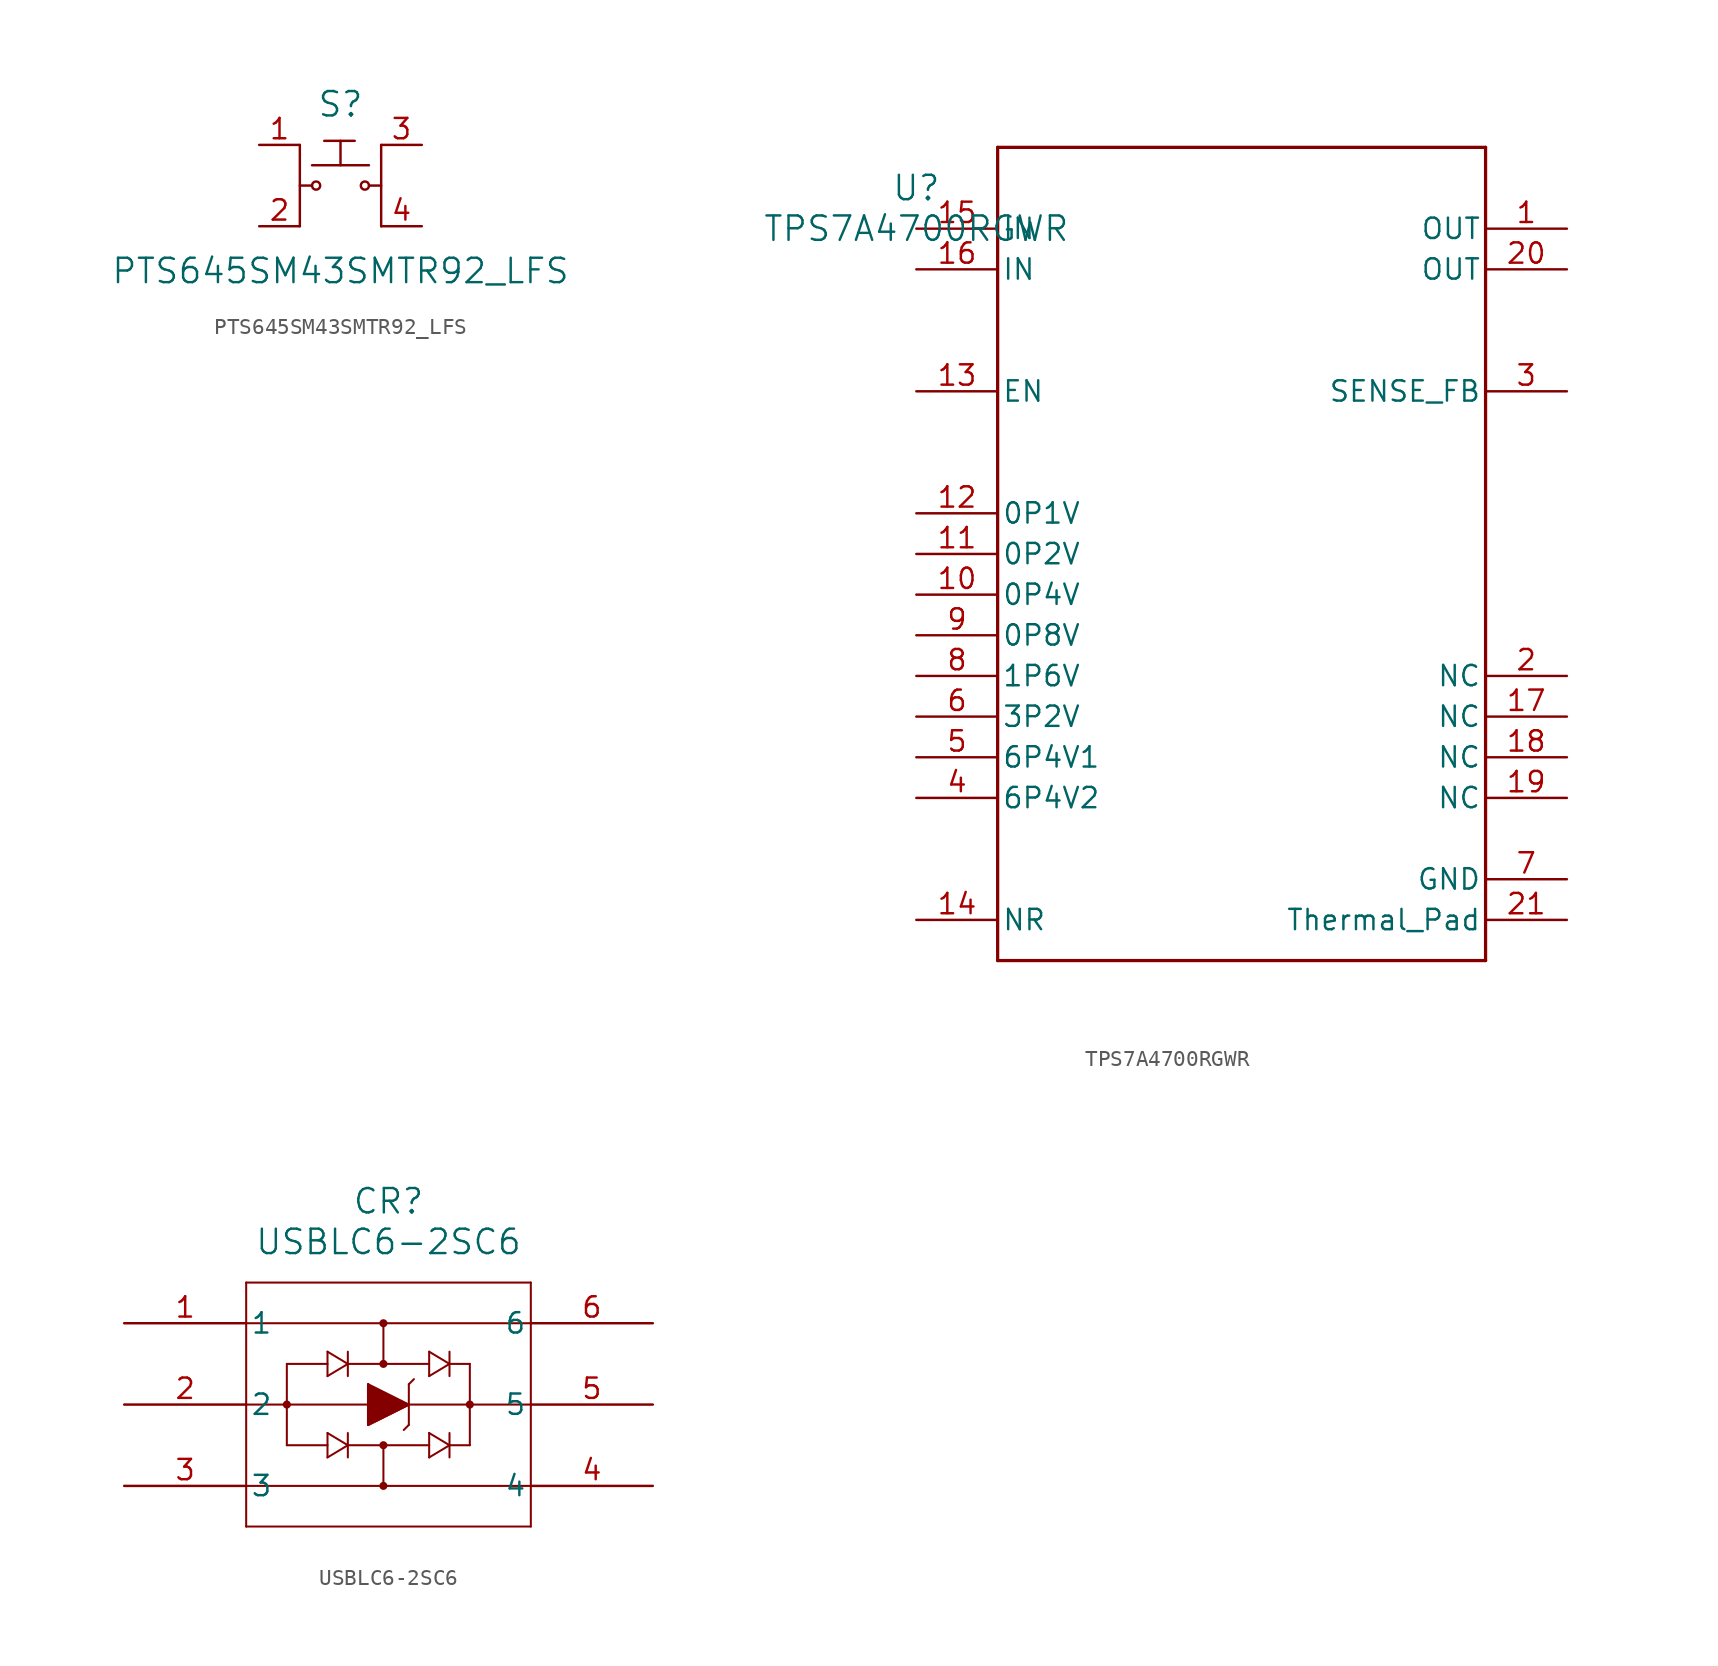
<source format=kicad_sym>
(kicad_symbol_lib
  (version 20231120)
  (generator "kicad_symbol_editor")
  (generator_version "8.0")
  (symbol "PTS645SM43SMTR92_LFS"
    (pin_names
      (offset 1.016))
    (property "Reference" "S"
      (at 0 5.08 0)
      (effects (font (size 1.524 1.524))))
    (property "Value" "PTS645SM43SMTR92_LFS"
      (at 0 -5.334 0)
      (effects (font (size 1.524 1.524))))
    (symbol "PTS645SM43SMTR92_LFS_0_1"
      (circle (center -1.524 0) (radius 0.254) (stroke (width 0) (type solid)) (fill (type none)))
      (polyline (pts (xy -2.54 2.54) (xy -2.54 -2.54)) (stroke (width 0) (type solid)) (fill (type none)))
      (polyline (pts (xy -1.778 0) (xy -2.54 0)) (stroke (width 0) (type solid)) (fill (type none)))
      (polyline (pts (xy -1.778 1.27) (xy 1.778 1.27)) (stroke (width 0) (type solid)) (fill (type none)))
      (polyline (pts (xy 2.54 -2.54) (xy 2.54 2.54)) (stroke (width 0) (type solid)) (fill (type none)))
      (polyline (pts (xy 2.54 0) (xy 1.778 0)) (stroke (width 0) (type solid)) (fill (type none)))
      (circle (center 1.524 0) (radius 0.254) (stroke (width 0) (type solid)) (fill (type none))))
    (symbol "PTS645SM43SMTR92_LFS_1_1"
      (polyline (pts (xy -1.016 2.794) (xy 0.889 2.794)) (stroke (width 0) (type solid)) (fill (type none)))
      (polyline (pts (xy 0 2.794) (xy 0 1.27)) (stroke (width 0) (type solid)) (fill (type none)))
      (pin passive line (at -5.08 2.54 0) (length 2.54) (name "~" (effects (font (size 1.27 1.27)))) (number "1" (effects (font (size 1.27 1.27)))))
      (pin passive line (at -5.08 -2.54 0) (length 2.54) (name "~" (effects (font (size 1.27 1.27)))) (number "2" (effects (font (size 1.27 1.27)))))
      (pin passive line (at 5.08 2.54 180) (length 2.54) (name "~" (effects (font (size 1.27 1.27)))) (number "3" (effects (font (size 1.27 1.27)))))
      (pin passive line (at 5.08 -2.54 180) (length 2.54) (name "~" (effects (font (size 1.27 1.27)))) (number "4" (effects (font (size 1.27 1.27)))))))
  (symbol "TPS7A4700RGWR"
    (pin_names
      (offset 0.254))
    (property "Reference" "U"
      (at 0 2.54 0)
      (effects (font (size 1.524 1.524))))
    (property "Value" "TPS7A4700RGWR"
      (at 0 0 0)
      (effects (font (size 1.524 1.524))))
    (property "ki_locked" ""
      (at 0 0 0)
      (effects (font (size 1.27 1.27))))
    (symbol "TPS7A4700RGWR_0_1"
      (polyline (pts (xy 5.08 -45.72) (xy 35.56 -45.72)) (stroke (width 0.203) (type default)) (fill (type none)))
      (polyline (pts (xy 5.08 5.08) (xy 5.08 -45.72)) (stroke (width 0.203) (type default)) (fill (type none)))
      (polyline (pts (xy 35.56 -45.72) (xy 35.56 5.08)) (stroke (width 0.203) (type default)) (fill (type none)))
      (polyline (pts (xy 35.56 5.08) (xy 5.08 5.08)) (stroke (width 0.203) (type default)) (fill (type none)))
      (pin power_in line (at 40.64 0 180) (length 5.08) (name "OUT" (effects (font (size 1.27 1.27)))) (number "1" (effects (font (size 1.27 1.27)))))
      (pin unspecified line (at 0 -22.86 0) (length 5.08) (name "0P4V" (effects (font (size 1.27 1.27)))) (number "10" (effects (font (size 1.27 1.27)))))
      (pin unspecified line (at 0 -20.32 0) (length 5.08) (name "0P2V" (effects (font (size 1.27 1.27)))) (number "11" (effects (font (size 1.27 1.27)))))
      (pin unspecified line (at 0 -17.78 0) (length 5.08) (name "0P1V" (effects (font (size 1.27 1.27)))) (number "12" (effects (font (size 1.27 1.27)))))
      (pin input line (at 0 -10.16 0) (length 5.08) (name "EN" (effects (font (size 1.27 1.27)))) (number "13" (effects (font (size 1.27 1.27)))))
      (pin unspecified line (at 0 -43.18 0) (length 5.08) (name "NR" (effects (font (size 1.27 1.27)))) (number "14" (effects (font (size 1.27 1.27)))))
      (pin power_in line (at 0 0 0) (length 5.08) (name "IN" (effects (font (size 1.27 1.27)))) (number "15" (effects (font (size 1.27 1.27)))))
      (pin power_in line (at 0 -2.54 0) (length 5.08) (name "IN" (effects (font (size 1.27 1.27)))) (number "16" (effects (font (size 1.27 1.27)))))
      (pin unspecified line (at 40.64 -30.48 180) (length 5.08) (name "NC" (effects (font (size 1.27 1.27)))) (number "17" (effects (font (size 1.27 1.27)))))
      (pin unspecified line (at 40.64 -33.02 180) (length 5.08) (name "NC" (effects (font (size 1.27 1.27)))) (number "18" (effects (font (size 1.27 1.27)))))
      (pin unspecified line (at 40.64 -35.56 180) (length 5.08) (name "NC" (effects (font (size 1.27 1.27)))) (number "19" (effects (font (size 1.27 1.27)))))
      (pin unspecified line (at 40.64 -27.94 180) (length 5.08) (name "NC" (effects (font (size 1.27 1.27)))) (number "2" (effects (font (size 1.27 1.27)))))
      (pin power_in line (at 40.64 -2.54 180) (length 5.08) (name "OUT" (effects (font (size 1.27 1.27)))) (number "20" (effects (font (size 1.27 1.27)))))
      (pin power_in line (at 40.64 -43.18 180) (length 5.08) (name "Thermal_Pad" (effects (font (size 1.27 1.27)))) (number "21" (effects (font (size 1.27 1.27)))))
      (pin unspecified line (at 40.64 -10.16 180) (length 5.08) (name "SENSE_FB" (effects (font (size 1.27 1.27)))) (number "3" (effects (font (size 1.27 1.27)))))
      (pin unspecified line (at 0 -35.56 0) (length 5.08) (name "6P4V2" (effects (font (size 1.27 1.27)))) (number "4" (effects (font (size 1.27 1.27)))))
      (pin unspecified line (at 0 -33.02 0) (length 5.08) (name "6P4V1" (effects (font (size 1.27 1.27)))) (number "5" (effects (font (size 1.27 1.27)))))
      (pin unspecified line (at 0 -30.48 0) (length 5.08) (name "3P2V" (effects (font (size 1.27 1.27)))) (number "6" (effects (font (size 1.27 1.27)))))
      (pin power_in line (at 40.64 -40.64 180) (length 5.08) (name "GND" (effects (font (size 1.27 1.27)))) (number "7" (effects (font (size 1.27 1.27)))))
      (pin unspecified line (at 0 -27.94 0) (length 5.08) (name "1P6V" (effects (font (size 1.27 1.27)))) (number "8" (effects (font (size 1.27 1.27)))))
      (pin unspecified line (at 0 -25.4 0) (length 5.08) (name "0P8V" (effects (font (size 1.27 1.27)))) (number "9" (effects (font (size 1.27 1.27)))))))
  (symbol "USBLC6-2SC6"
    (pin_names
      (offset 0.254))
    (property "Reference" "CR"
      (at 16.51 7.62 0)
      (effects (font (size 1.524 1.524))))
    (property "Value" "USBLC6-2SC6"
      (at 16.51 5.08 0)
      (effects (font (size 1.524 1.524))))
    (property "ki_locked" ""
      (at 0 0 0)
      (effects (font (size 1.27 1.27))))
    (symbol "USBLC6-2SC6_0_1"
      (polyline (pts (xy 7.62 -12.7) (xy 25.4 -12.7)) (stroke (width 0.127) (type default)) (fill (type none)))
      (polyline (pts (xy 7.62 -10.16) (xy 25.4 -10.16)) (stroke (width 0.127) (type default)) (fill (type none)))
      (polyline (pts (xy 7.62 -5.08) (xy 25.4 -5.08)) (stroke (width 0.127) (type default)) (fill (type none)))
      (polyline (pts (xy 7.62 0) (xy 25.4 0)) (stroke (width 0.127) (type default)) (fill (type none)))
      (polyline (pts (xy 7.62 2.54) (xy 7.62 -12.7)) (stroke (width 0.127) (type default)) (fill (type none)))
      (polyline (pts (xy 10.16 -7.62) (xy 12.7 -7.62)) (stroke (width 0.127) (type default)) (fill (type none)))
      (polyline (pts (xy 10.16 -2.54) (xy 10.16 -7.62)) (stroke (width 0.127) (type default)) (fill (type none)))
      (polyline (pts (xy 12.7 -8.382) (xy 13.97 -7.62)) (stroke (width 0.127) (type default)) (fill (type none)))
      (polyline (pts (xy 12.7 -6.858) (xy 12.7 -8.382)) (stroke (width 0.127) (type default)) (fill (type none)))
      (polyline (pts (xy 12.7 -3.302) (xy 13.97 -2.54)) (stroke (width 0.127) (type default)) (fill (type none)))
      (polyline (pts (xy 12.7 -2.54) (xy 10.16 -2.54)) (stroke (width 0.127) (type default)) (fill (type none)))
      (polyline (pts (xy 12.7 -1.778) (xy 12.7 -3.302)) (stroke (width 0.127) (type default)) (fill (type none)))
      (polyline (pts (xy 13.97 -7.62) (xy 12.7 -6.858)) (stroke (width 0.127) (type default)) (fill (type none)))
      (polyline (pts (xy 13.97 -7.62) (xy 19.05 -7.62)) (stroke (width 0.127) (type default)) (fill (type none)))
      (polyline (pts (xy 13.97 -6.858) (xy 13.97 -8.382)) (stroke (width 0.127) (type default)) (fill (type none)))
      (polyline (pts (xy 13.97 -2.54) (xy 12.7 -1.778)) (stroke (width 0.127) (type default)) (fill (type none)))
      (polyline (pts (xy 13.97 -2.54) (xy 19.05 -2.54)) (stroke (width 0.127) (type default)) (fill (type none)))
      (polyline (pts (xy 13.97 -1.778) (xy 13.97 -3.302)) (stroke (width 0.127) (type default)) (fill (type none)))
      (polyline (pts (xy 15.24 -6.35) (xy 17.78 -5.08)) (stroke (width 0.127) (type default)) (fill (type none)))
      (polyline (pts (xy 15.24 -3.81) (xy 15.24 -6.35)) (stroke (width 0.127) (type default)) (fill (type none)))
      (polyline (pts (xy 16.192 -7.62) (xy 16.192 -10.16)) (stroke (width 0.127) (type default)) (fill (type none)))
      (polyline (pts (xy 16.192 -2.54) (xy 16.192 0)) (stroke (width 0.127) (type default)) (fill (type none)))
      (polyline (pts (xy 17.78 -6.35) (xy 17.462 -6.668)) (stroke (width 0.127) (type default)) (fill (type none)))
      (polyline (pts (xy 17.78 -5.08) (xy 15.24 -3.81)) (stroke (width 0.127) (type default)) (fill (type none)))
      (polyline (pts (xy 17.78 -3.81) (xy 17.78 -6.35)) (stroke (width 0.127) (type default)) (fill (type none)))
      (polyline (pts (xy 17.78 -3.81) (xy 18.098 -3.493)) (stroke (width 0.127) (type default)) (fill (type none)))
      (polyline (pts (xy 19.05 -8.382) (xy 19.05 -6.858)) (stroke (width 0.127) (type default)) (fill (type none)))
      (polyline (pts (xy 19.05 -6.858) (xy 20.32 -7.62)) (stroke (width 0.127) (type default)) (fill (type none)))
      (polyline (pts (xy 19.05 -3.302) (xy 19.05 -1.778)) (stroke (width 0.127) (type default)) (fill (type none)))
      (polyline (pts (xy 19.05 -1.778) (xy 20.32 -2.54)) (stroke (width 0.127) (type default)) (fill (type none)))
      (polyline (pts (xy 20.32 -8.382) (xy 20.32 -6.858)) (stroke (width 0.127) (type default)) (fill (type none)))
      (polyline (pts (xy 20.32 -7.62) (xy 19.05 -8.382)) (stroke (width 0.127) (type default)) (fill (type none)))
      (polyline (pts (xy 20.32 -7.62) (xy 21.59 -7.62)) (stroke (width 0.127) (type default)) (fill (type none)))
      (polyline (pts (xy 20.32 -3.302) (xy 20.32 -1.778)) (stroke (width 0.127) (type default)) (fill (type none)))
      (polyline (pts (xy 20.32 -2.54) (xy 19.05 -3.302)) (stroke (width 0.127) (type default)) (fill (type none)))
      (polyline (pts (xy 20.32 -2.54) (xy 21.59 -2.54)) (stroke (width 0.127) (type default)) (fill (type none)))
      (polyline (pts (xy 21.59 -7.62) (xy 21.59 -2.54)) (stroke (width 0.127) (type default)) (fill (type none)))
      (polyline (pts (xy 25.4 -12.7) (xy 25.4 2.54)) (stroke (width 0.127) (type default)) (fill (type none)))
      (polyline (pts (xy 25.4 2.54) (xy 7.62 2.54)) (stroke (width 0.127) (type default)) (fill (type none)))
      (polyline (pts (xy 15.24 -3.81) (xy 15.24 -6.35) (xy 17.78 -5.08)) (stroke (width 0) (type default)) (fill (type outline)))
      (circle (center 10.16 -5.08) (radius 0.127) (stroke (width 0.254) (type default)) (fill (type none)))
      (circle (center 16.192 -10.16) (radius 0.127) (stroke (width 0.254) (type default)) (fill (type none)))
      (circle (center 16.192 -7.62) (radius 0.127) (stroke (width 0.254) (type default)) (fill (type none)))
      (circle (center 16.192 -2.54) (radius 0.127) (stroke (width 0.254) (type default)) (fill (type none)))
      (circle (center 16.192 0) (radius 0.127) (stroke (width 0.254) (type default)) (fill (type none)))
      (circle (center 21.59 -5.08) (radius 0.127) (stroke (width 0.254) (type default)) (fill (type none)))
      (pin unspecified line (at 0 0 0) (length 7.62) (name "1" (effects (font (size 1.27 1.27)))) (number "1" (effects (font (size 1.27 1.27)))))
      (pin unspecified line (at 0 -5.08 0) (length 7.62) (name "2" (effects (font (size 1.27 1.27)))) (number "2" (effects (font (size 1.27 1.27)))))
      (pin unspecified line (at 0 -10.16 0) (length 7.62) (name "3" (effects (font (size 1.27 1.27)))) (number "3" (effects (font (size 1.27 1.27)))))
      (pin unspecified line (at 33.02 -10.16 180) (length 7.62) (name "4" (effects (font (size 1.27 1.27)))) (number "4" (effects (font (size 1.27 1.27)))))
      (pin unspecified line (at 33.02 -5.08 180) (length 7.62) (name "5" (effects (font (size 1.27 1.27)))) (number "5" (effects (font (size 1.27 1.27)))))
      (pin unspecified line (at 33.02 0 180) (length 7.62) (name "6" (effects (font (size 1.27 1.27)))) (number "6" (effects (font (size 1.27 1.27))))))))
</source>
